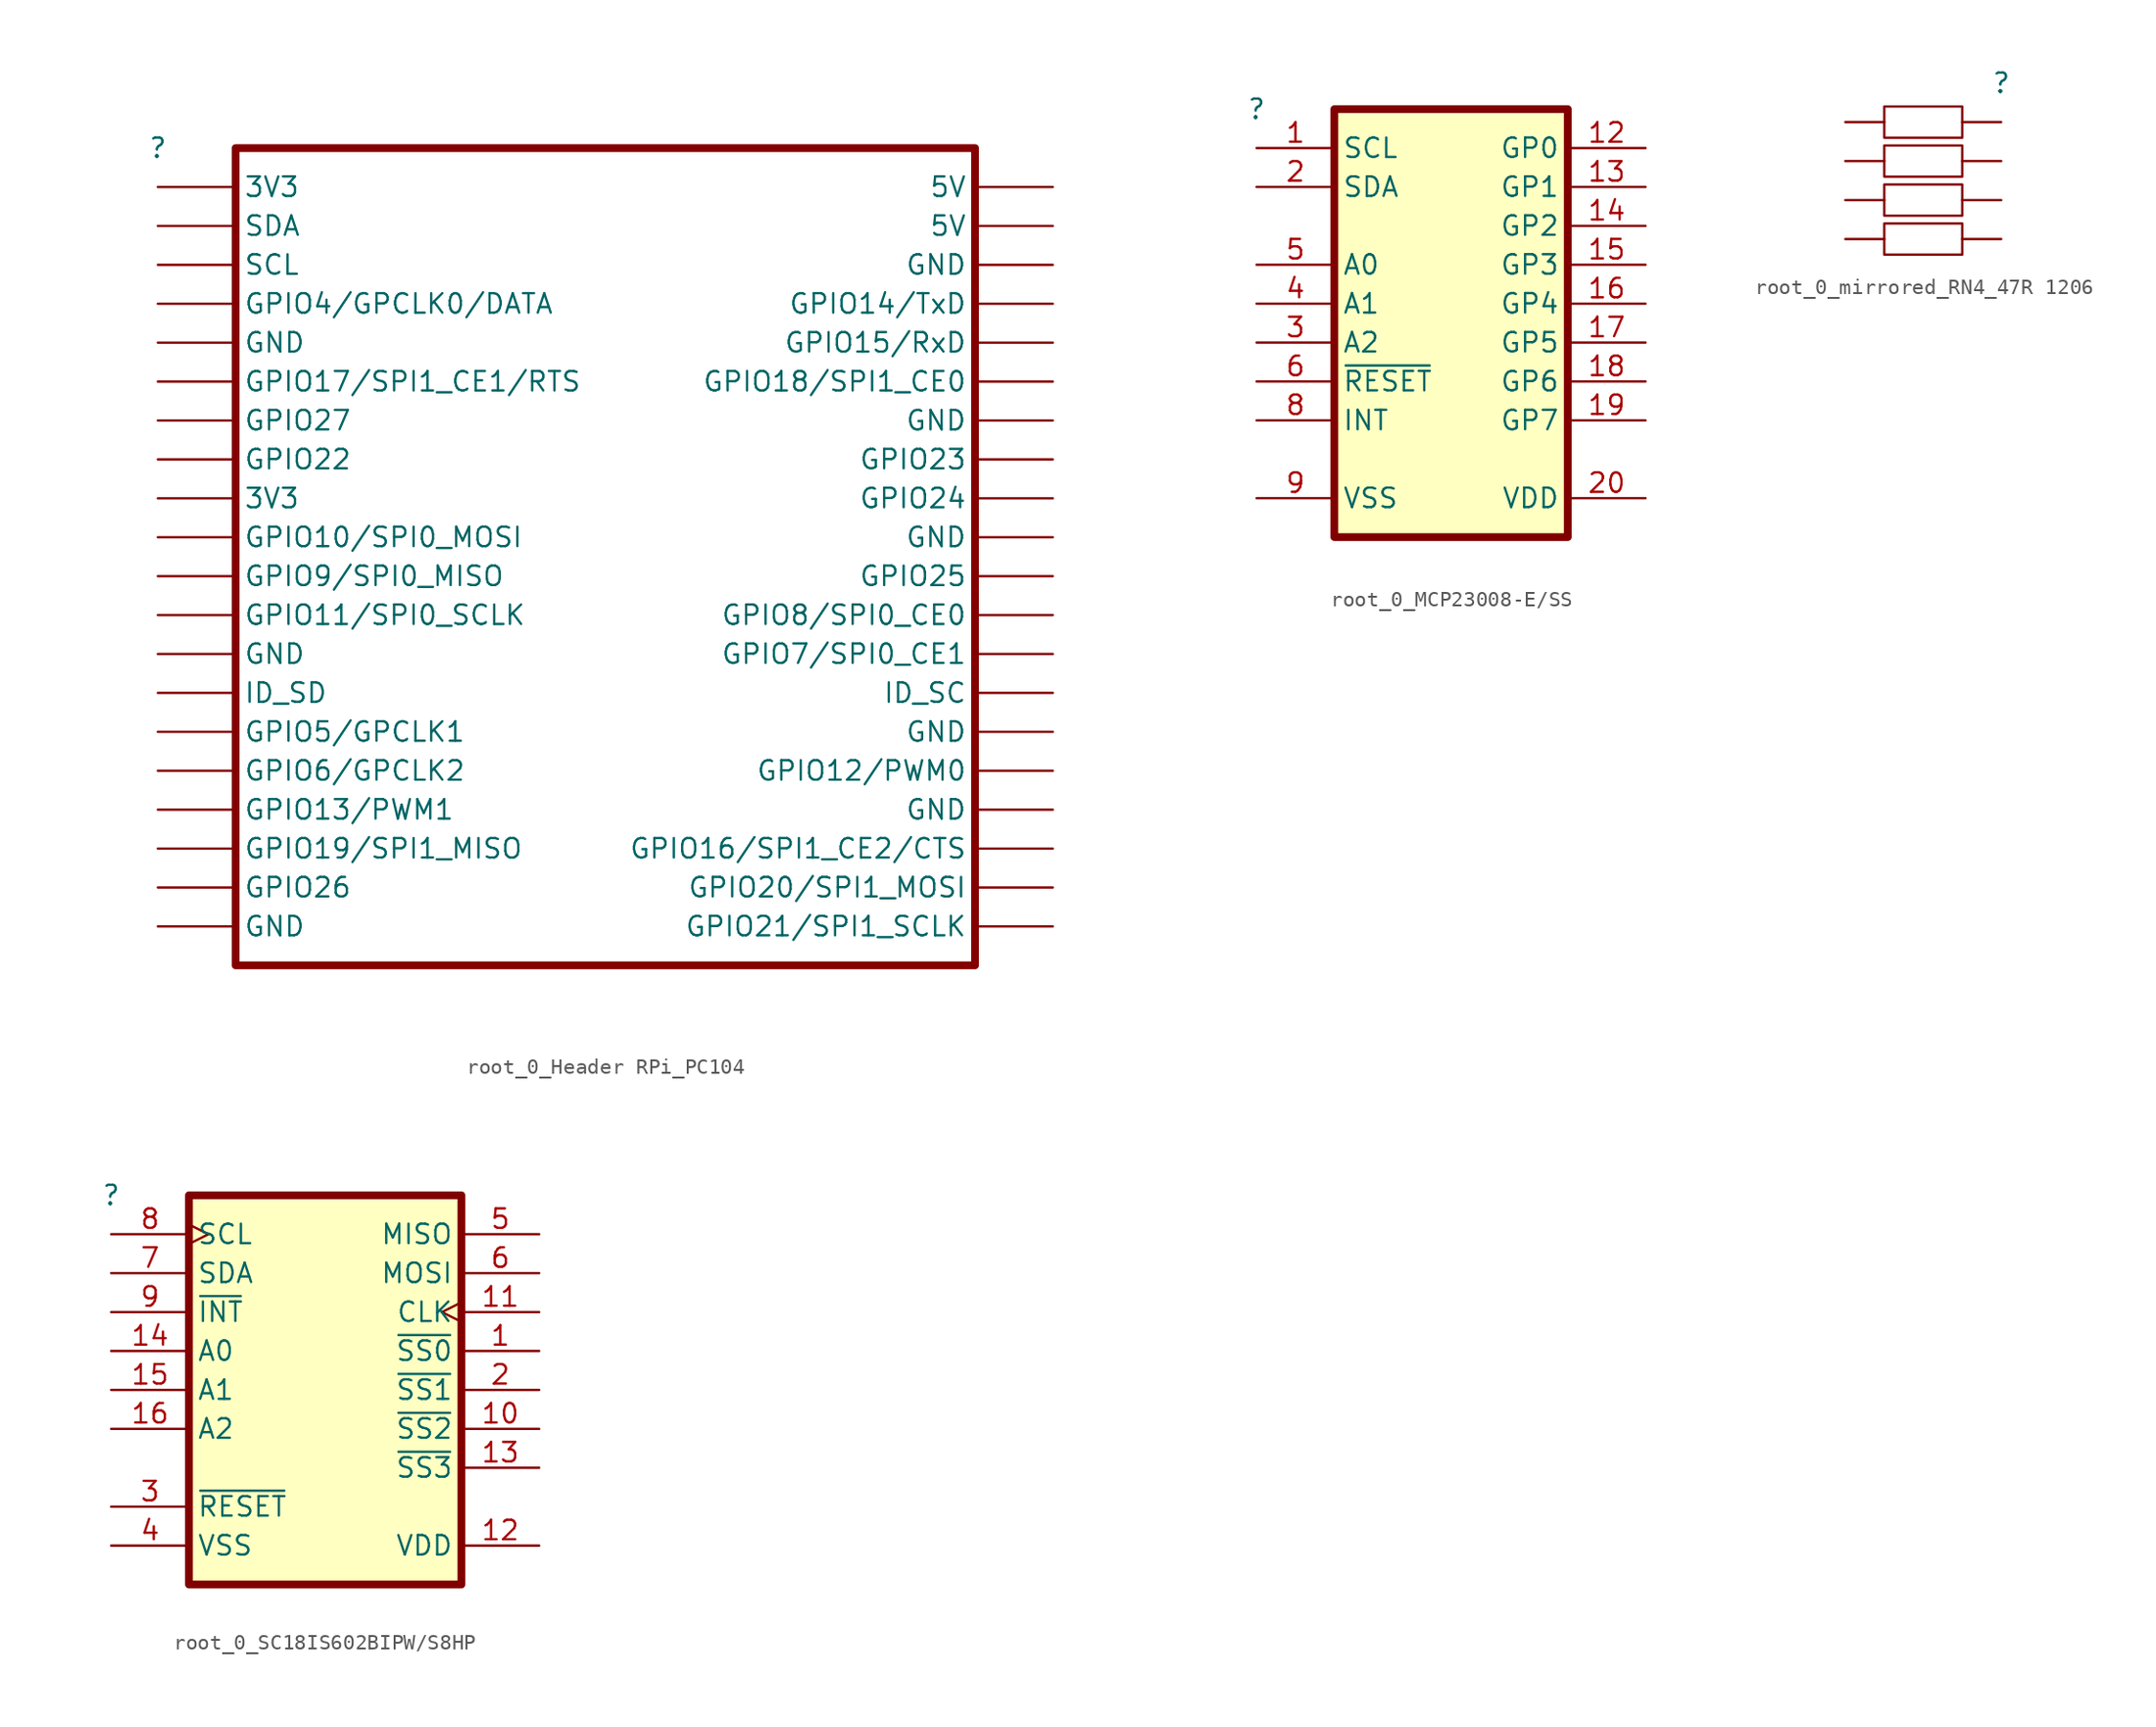
<source format=kicad_sym>
(kicad_symbol_lib
  (version 20241209)
  (generator "kicad_symbol_editor")
  (generator_version "9.0")
  (symbol "root_0_Header RPi_PC104"
    (pin_numbers
      (hide yes))
    (property "Reference" ""
      (at 0 0 0)
      (effects (font (size 1.27 1.27))))
    (property "Value" ""
      (at 0 0 0)
      (effects (font (size 1.27 1.27))))
    (symbol "root_0_Header RPi_PC104_1_0"
      (polyline (pts (xy 5.08 0) (xy 5.08 -53.34) (xy 53.34 -53.34) (xy 53.34 0) (xy 5.08 0)) (stroke (width 0.508) (type solid)) (fill (type none)))
      (pin passive line (at 0 -2.54 0) (length 5.08) (name "3V3" (effects (font (size 1.27 1.27)))) (number "1" (effects (font (size 1.27 1.27)))))
      (pin passive line (at 0 -5.08 0) (length 5.08) (name "SDA" (effects (font (size 1.27 1.27)))) (number "3" (effects (font (size 1.27 1.27)))))
      (pin passive line (at 0 -7.62 0) (length 5.08) (name "SCL" (effects (font (size 1.27 1.27)))) (number "5" (effects (font (size 1.27 1.27)))))
      (pin passive line (at 0 -10.16 0) (length 5.08) (name "GPIO4/GPCLK0/DATA" (effects (font (size 1.27 1.27)))) (number "7" (effects (font (size 1.27 1.27)))))
      (pin passive line (at 0 -12.7 0) (length 5.08) (name "GND" (effects (font (size 1.27 1.27)))) (number "9" (effects (font (size 1.27 1.27)))))
      (pin passive line (at 0 -15.24 0) (length 5.08) (name "GPIO17/SPI1_CE1/RTS" (effects (font (size 1.27 1.27)))) (number "11" (effects (font (size 1.27 1.27)))))
      (pin passive line (at 0 -17.78 0) (length 5.08) (name "GPIO27" (effects (font (size 1.27 1.27)))) (number "13" (effects (font (size 1.27 1.27)))))
      (pin passive line (at 0 -20.32 0) (length 5.08) (name "GPIO22" (effects (font (size 1.27 1.27)))) (number "15" (effects (font (size 1.27 1.27)))))
      (pin passive line (at 0 -22.86 0) (length 5.08) (name "3V3" (effects (font (size 1.27 1.27)))) (number "17" (effects (font (size 1.27 1.27)))))
      (pin passive line (at 0 -25.4 0) (length 5.08) (name "GPIO10/SPI0_MOSI" (effects (font (size 1.27 1.27)))) (number "19" (effects (font (size 1.27 1.27)))))
      (pin passive line (at 0 -27.94 0) (length 5.08) (name "GPIO9/SPI0_MISO" (effects (font (size 1.27 1.27)))) (number "21" (effects (font (size 1.27 1.27)))))
      (pin passive line (at 0 -30.48 0) (length 5.08) (name "GPIO11/SPI0_SCLK" (effects (font (size 1.27 1.27)))) (number "23" (effects (font (size 1.27 1.27)))))
      (pin passive line (at 0 -33.02 0) (length 5.08) (name "GND" (effects (font (size 1.27 1.27)))) (number "25" (effects (font (size 1.27 1.27)))))
      (pin passive line (at 0 -35.56 0) (length 5.08) (name "ID_SD" (effects (font (size 1.27 1.27)))) (number "27" (effects (font (size 1.27 1.27)))))
      (pin passive line (at 0 -38.1 0) (length 5.08) (name "GPIO5/GPCLK1" (effects (font (size 1.27 1.27)))) (number "29" (effects (font (size 1.27 1.27)))))
      (pin passive line (at 0 -40.64 0) (length 5.08) (name "GPIO6/GPCLK2" (effects (font (size 1.27 1.27)))) (number "31" (effects (font (size 1.27 1.27)))))
      (pin passive line (at 0 -43.18 0) (length 5.08) (name "GPIO13/PWM1" (effects (font (size 1.27 1.27)))) (number "33" (effects (font (size 1.27 1.27)))))
      (pin passive line (at 0 -45.72 0) (length 5.08) (name "GPIO19/SPI1_MISO" (effects (font (size 1.27 1.27)))) (number "35" (effects (font (size 1.27 1.27)))))
      (pin passive line (at 0 -48.26 0) (length 5.08) (name "GPIO26" (effects (font (size 1.27 1.27)))) (number "37" (effects (font (size 1.27 1.27)))))
      (pin passive line (at 0 -50.8 0) (length 5.08) (name "GND" (effects (font (size 1.27 1.27)))) (number "39" (effects (font (size 1.27 1.27)))))
      (pin passive line (at 58.42 -2.54 180) (length 5.08) (name "5V" (effects (font (size 1.27 1.27)))) (number "2" (effects (font (size 1.27 1.27)))))
      (pin passive line (at 58.42 -5.08 180) (length 5.08) (name "5V" (effects (font (size 1.27 1.27)))) (number "4" (effects (font (size 1.27 1.27)))))
      (pin passive line (at 58.42 -7.62 180) (length 5.08) (name "GND" (effects (font (size 1.27 1.27)))) (number "6" (effects (font (size 1.27 1.27)))))
      (pin passive line (at 58.42 -10.16 180) (length 5.08) (name "GPIO14/TxD" (effects (font (size 1.27 1.27)))) (number "8" (effects (font (size 1.27 1.27)))))
      (pin passive line (at 58.42 -12.7 180) (length 5.08) (name "GPIO15/RxD" (effects (font (size 1.27 1.27)))) (number "10" (effects (font (size 1.27 1.27)))))
      (pin passive line (at 58.42 -15.24 180) (length 5.08) (name "GPIO18/SPI1_CE0" (effects (font (size 1.27 1.27)))) (number "12" (effects (font (size 1.27 1.27)))))
      (pin passive line (at 58.42 -17.78 180) (length 5.08) (name "GND" (effects (font (size 1.27 1.27)))) (number "14" (effects (font (size 1.27 1.27)))))
      (pin passive line (at 58.42 -20.32 180) (length 5.08) (name "GPIO23" (effects (font (size 1.27 1.27)))) (number "16" (effects (font (size 1.27 1.27)))))
      (pin passive line (at 58.42 -22.86 180) (length 5.08) (name "GPIO24" (effects (font (size 1.27 1.27)))) (number "18" (effects (font (size 1.27 1.27)))))
      (pin passive line (at 58.42 -25.4 180) (length 5.08) (name "GND" (effects (font (size 1.27 1.27)))) (number "20" (effects (font (size 1.27 1.27)))))
      (pin passive line (at 58.42 -27.94 180) (length 5.08) (name "GPIO25" (effects (font (size 1.27 1.27)))) (number "22" (effects (font (size 1.27 1.27)))))
      (pin passive line (at 58.42 -30.48 180) (length 5.08) (name "GPIO8/SPI0_CE0" (effects (font (size 1.27 1.27)))) (number "24" (effects (font (size 1.27 1.27)))))
      (pin passive line (at 58.42 -33.02 180) (length 5.08) (name "GPIO7/SPI0_CE1" (effects (font (size 1.27 1.27)))) (number "26" (effects (font (size 1.27 1.27)))))
      (pin passive line (at 58.42 -35.56 180) (length 5.08) (name "ID_SC" (effects (font (size 1.27 1.27)))) (number "28" (effects (font (size 1.27 1.27)))))
      (pin passive line (at 58.42 -38.1 180) (length 5.08) (name "GND" (effects (font (size 1.27 1.27)))) (number "30" (effects (font (size 1.27 1.27)))))
      (pin passive line (at 58.42 -40.64 180) (length 5.08) (name "GPIO12/PWM0" (effects (font (size 1.27 1.27)))) (number "32" (effects (font (size 1.27 1.27)))))
      (pin passive line (at 58.42 -43.18 180) (length 5.08) (name "GND" (effects (font (size 1.27 1.27)))) (number "34" (effects (font (size 1.27 1.27)))))
      (pin passive line (at 58.42 -45.72 180) (length 5.08) (name "GPIO16/SPI1_CE2/CTS" (effects (font (size 1.27 1.27)))) (number "36" (effects (font (size 1.27 1.27)))))
      (pin passive line (at 58.42 -48.26 180) (length 5.08) (name "GPIO20/SPI1_MOSI" (effects (font (size 1.27 1.27)))) (number "38" (effects (font (size 1.27 1.27)))))
      (pin passive line (at 58.42 -50.8 180) (length 5.08) (name "GPIO21/SPI1_SCLK" (effects (font (size 1.27 1.27)))) (number "40" (effects (font (size 1.27 1.27)))))))
  (symbol "root_0_MCP23008-E/SS"
    (property "Reference" ""
      (at 0 0 0)
      (effects (font (size 1.27 1.27))))
    (property "Value" ""
      (at 0 0 0)
      (effects (font (size 1.27 1.27))))
    (symbol "root_0_MCP23008-E/SS_1_0"
      (rectangle (start 20.32 0) (end 5.08 -27.94) (stroke (width 0.508) (type solid) (color 128 0 0 1)) (fill (type background)))
      (pin input line (at 0 -2.54 0) (length 5.08) (name "SCL" (effects (font (size 1.27 1.27)))) (number "1" (effects (font (size 1.27 1.27)))))
      (pin input line (at 0 -5.08 0) (length 5.08) (name "SDA" (effects (font (size 1.27 1.27)))) (number "2" (effects (font (size 1.27 1.27)))))
      (pin input line (at 0 -10.16 0) (length 5.08) (name "A0" (effects (font (size 1.27 1.27)))) (number "5" (effects (font (size 1.27 1.27)))))
      (pin input line (at 0 -12.7 0) (length 5.08) (name "A1" (effects (font (size 1.27 1.27)))) (number "4" (effects (font (size 1.27 1.27)))))
      (pin input line (at 0 -15.24 0) (length 5.08) (name "A2" (effects (font (size 1.27 1.27)))) (number "3" (effects (font (size 1.27 1.27)))))
      (pin input line (at 0 -17.78 0) (length 5.08) (name "~{RESET}" (effects (font (size 1.27 1.27)))) (number "6" (effects (font (size 1.27 1.27)))))
      (pin output line (at 0 -20.32 0) (length 5.08) (name "INT" (effects (font (size 1.27 1.27)))) (number "8" (effects (font (size 1.27 1.27)))))
      (pin power_in line (at 0 -25.4 0) (length 5.08) (name "VSS" (effects (font (size 1.27 1.27)))) (number "9" (effects (font (size 1.27 1.27)))))
      (pin bidirectional line (at 25.4 -2.54 180) (length 5.08) (name "GP0" (effects (font (size 1.27 1.27)))) (number "12" (effects (font (size 1.27 1.27)))))
      (pin bidirectional line (at 25.4 -5.08 180) (length 5.08) (name "GP1" (effects (font (size 1.27 1.27)))) (number "13" (effects (font (size 1.27 1.27)))))
      (pin bidirectional line (at 25.4 -7.62 180) (length 5.08) (name "GP2" (effects (font (size 1.27 1.27)))) (number "14" (effects (font (size 1.27 1.27)))))
      (pin bidirectional line (at 25.4 -10.16 180) (length 5.08) (name "GP3" (effects (font (size 1.27 1.27)))) (number "15" (effects (font (size 1.27 1.27)))))
      (pin bidirectional line (at 25.4 -12.7 180) (length 5.08) (name "GP4" (effects (font (size 1.27 1.27)))) (number "16" (effects (font (size 1.27 1.27)))))
      (pin bidirectional line (at 25.4 -15.24 180) (length 5.08) (name "GP5" (effects (font (size 1.27 1.27)))) (number "17" (effects (font (size 1.27 1.27)))))
      (pin bidirectional line (at 25.4 -17.78 180) (length 5.08) (name "GP6" (effects (font (size 1.27 1.27)))) (number "18" (effects (font (size 1.27 1.27)))))
      (pin bidirectional line (at 25.4 -20.32 180) (length 5.08) (name "GP7" (effects (font (size 1.27 1.27)))) (number "19" (effects (font (size 1.27 1.27)))))
      (pin power_in line (at 25.4 -25.4 180) (length 5.08) (name "VDD" (effects (font (size 1.27 1.27)))) (number "20" (effects (font (size 1.27 1.27)))))))
  (symbol "root_0_mirrored_RN4_47R 1206"
    (pin_numbers
      (hide yes))
    (pin_names
      (hide yes))
    (property "Reference" ""
      (at 0 0 0)
      (effects (font (size 1.27 1.27))))
    (property "Value" ""
      (at 0 0 0)
      (effects (font (size 1.27 1.27))))
    (symbol "root_0_mirrored_RN4_47R 1206_1_0"
      (rectangle (start -2.54 -1.524) (end -7.62 -3.556) (stroke (width 0) (type solid)) (fill (type none)))
      (rectangle (start -2.54 -4.064) (end -7.62 -6.096) (stroke (width 0) (type solid)) (fill (type none)))
      (rectangle (start -2.54 -6.604) (end -7.62 -8.636) (stroke (width 0) (type solid)) (fill (type none)))
      (rectangle (start -2.54 -9.144) (end -7.62 -11.176) (stroke (width 0) (type solid)) (fill (type none)))
      (pin passive line (at -10.16 -2.54 0) (length 2.54) (name "8" (effects (font (size 1.27 1.27)))) (number "8" (effects (font (size 1.27 1.27)))))
      (pin passive line (at -10.16 -5.08 0) (length 2.54) (name "7" (effects (font (size 1.27 1.27)))) (number "7" (effects (font (size 1.27 1.27)))))
      (pin passive line (at -10.16 -7.62 0) (length 2.54) (name "6" (effects (font (size 1.27 1.27)))) (number "6" (effects (font (size 1.27 1.27)))))
      (pin passive line (at -10.16 -10.16 0) (length 2.54) (name "5" (effects (font (size 1.27 1.27)))) (number "5" (effects (font (size 1.27 1.27)))))
      (pin passive line (at 0 -2.54 180) (length 2.54) (name "1" (effects (font (size 1.27 1.27)))) (number "1" (effects (font (size 1.27 1.27)))))
      (pin passive line (at 0 -5.08 180) (length 2.54) (name "2" (effects (font (size 1.27 1.27)))) (number "2" (effects (font (size 1.27 1.27)))))
      (pin passive line (at 0 -7.62 180) (length 2.54) (name "3" (effects (font (size 1.27 1.27)))) (number "3" (effects (font (size 1.27 1.27)))))
      (pin passive line (at 0 -10.16 180) (length 2.54) (name "4" (effects (font (size 1.27 1.27)))) (number "4" (effects (font (size 1.27 1.27)))))))
  (symbol "root_0_SC18IS602BIPW/S8HP"
    (property "Reference" ""
      (at 0 0 0)
      (effects (font (size 1.27 1.27))))
    (property "Value" ""
      (at 0 0 0)
      (effects (font (size 1.27 1.27))))
    (symbol "root_0_SC18IS602BIPW/S8HP_1_0"
      (rectangle (start 22.86 0) (end 5.08 -25.4) (stroke (width 0.508) (type solid) (color 128 0 0 1)) (fill (type background)))
      (pin input clock (at 0 -2.54 0) (length 5.08) (name "SCL" (effects (font (size 1.27 1.27)))) (number "8" (effects (font (size 1.27 1.27)))))
      (pin bidirectional line (at 0 -5.08 0) (length 5.08) (name "SDA" (effects (font (size 1.27 1.27)))) (number "7" (effects (font (size 1.27 1.27)))))
      (pin output line (at 0 -7.62 0) (length 5.08) (name "~{INT}" (effects (font (size 1.27 1.27)))) (number "9" (effects (font (size 1.27 1.27)))))
      (pin input line (at 0 -10.16 0) (length 5.08) (name "A0" (effects (font (size 1.27 1.27)))) (number "14" (effects (font (size 1.27 1.27)))))
      (pin input line (at 0 -12.7 0) (length 5.08) (name "A1" (effects (font (size 1.27 1.27)))) (number "15" (effects (font (size 1.27 1.27)))))
      (pin input line (at 0 -15.24 0) (length 5.08) (name "A2" (effects (font (size 1.27 1.27)))) (number "16" (effects (font (size 1.27 1.27)))))
      (pin input line (at 0 -20.32 0) (length 5.08) (name "~{RESET}" (effects (font (size 1.27 1.27)))) (number "3" (effects (font (size 1.27 1.27)))))
      (pin power_in line (at 0 -22.86 0) (length 5.08) (name "VSS" (effects (font (size 1.27 1.27)))) (number "4" (effects (font (size 1.27 1.27)))))
      (pin input line (at 27.94 -2.54 180) (length 5.08) (name "MISO" (effects (font (size 1.27 1.27)))) (number "5" (effects (font (size 1.27 1.27)))))
      (pin output line (at 27.94 -5.08 180) (length 5.08) (name "MOSI" (effects (font (size 1.27 1.27)))) (number "6" (effects (font (size 1.27 1.27)))))
      (pin output clock (at 27.94 -7.62 180) (length 5.08) (name "CLK" (effects (font (size 1.27 1.27)))) (number "11" (effects (font (size 1.27 1.27)))))
      (pin bidirectional line (at 27.94 -10.16 180) (length 5.08) (name "~{SS0}" (effects (font (size 1.27 1.27)))) (number "1" (effects (font (size 1.27 1.27)))))
      (pin bidirectional line (at 27.94 -12.7 180) (length 5.08) (name "~{SS1}" (effects (font (size 1.27 1.27)))) (number "2" (effects (font (size 1.27 1.27)))))
      (pin bidirectional line (at 27.94 -15.24 180) (length 5.08) (name "~{SS2}" (effects (font (size 1.27 1.27)))) (number "10" (effects (font (size 1.27 1.27)))))
      (pin bidirectional line (at 27.94 -17.78 180) (length 5.08) (name "~{SS3}" (effects (font (size 1.27 1.27)))) (number "13" (effects (font (size 1.27 1.27)))))
      (pin power_in line (at 27.94 -22.86 180) (length 5.08) (name "VDD" (effects (font (size 1.27 1.27)))) (number "12" (effects (font (size 1.27 1.27))))))))
</source>
